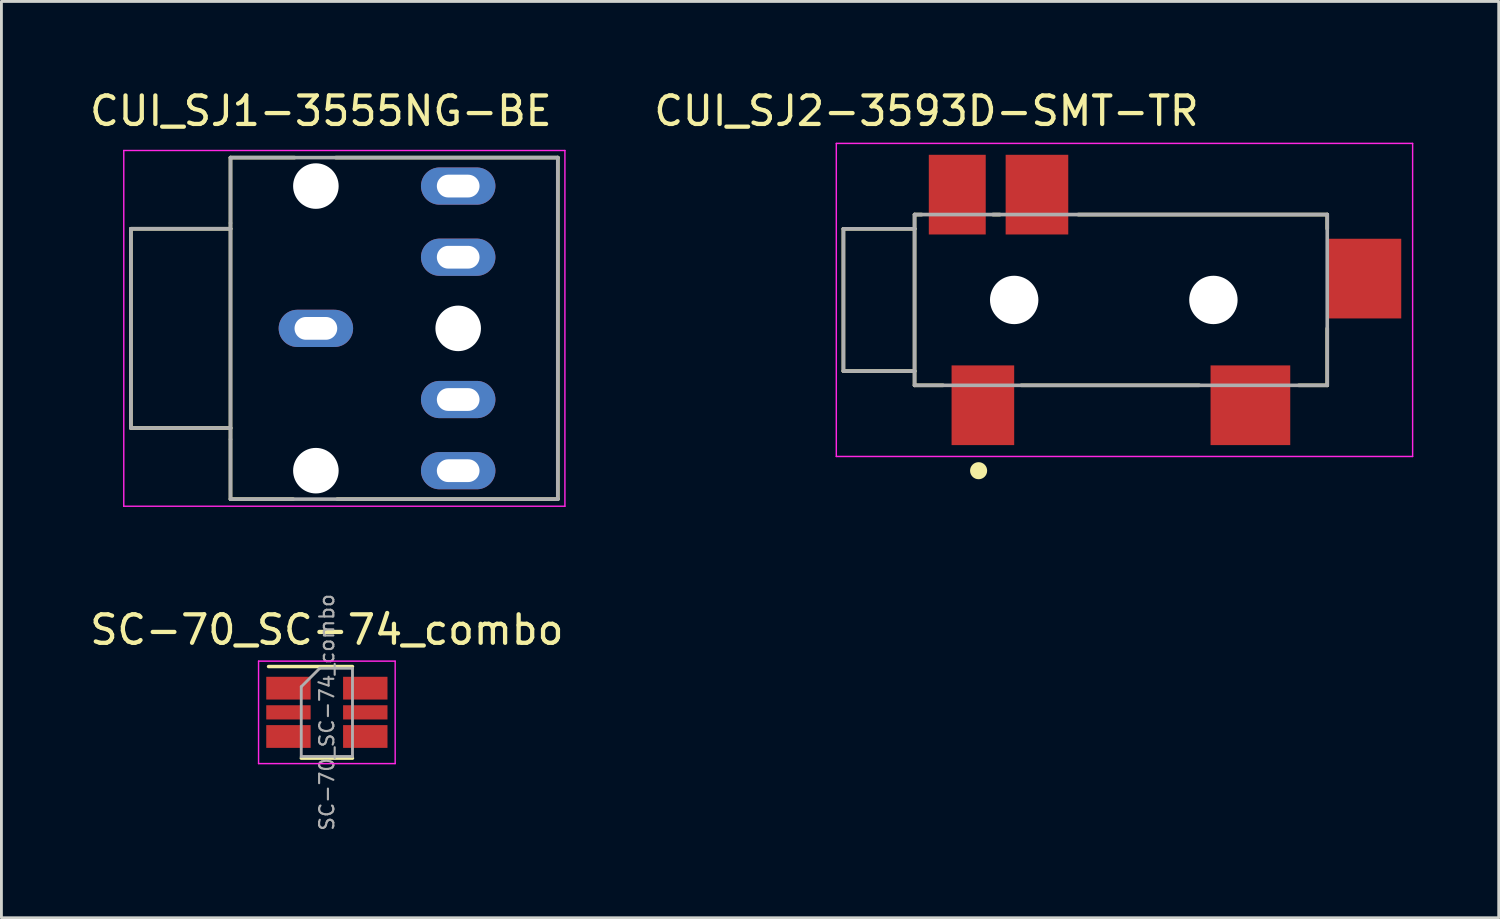
<source format=kicad_pcb>
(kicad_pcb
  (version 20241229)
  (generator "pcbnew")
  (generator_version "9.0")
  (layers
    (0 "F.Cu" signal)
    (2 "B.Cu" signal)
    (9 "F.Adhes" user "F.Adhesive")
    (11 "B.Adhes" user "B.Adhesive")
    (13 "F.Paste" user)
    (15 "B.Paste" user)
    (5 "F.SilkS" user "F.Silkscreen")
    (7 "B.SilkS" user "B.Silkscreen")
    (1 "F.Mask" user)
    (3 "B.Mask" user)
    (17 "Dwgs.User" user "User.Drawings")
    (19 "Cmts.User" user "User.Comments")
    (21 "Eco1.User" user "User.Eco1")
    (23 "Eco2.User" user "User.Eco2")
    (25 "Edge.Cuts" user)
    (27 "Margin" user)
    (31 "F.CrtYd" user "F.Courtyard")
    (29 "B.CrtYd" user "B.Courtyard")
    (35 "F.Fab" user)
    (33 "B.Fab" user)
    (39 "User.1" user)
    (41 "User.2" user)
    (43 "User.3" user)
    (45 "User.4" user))
  (footprint "CUI_SJ2-3593D-SMT-TR"
    (layer "F.Cu")
    (at 36.335 7.489)
    (property "Reference" "CUI_SJ2-3593D-SMT-TR" (at -6.831 -6.64 0) (layer "F.SilkS") (effects (font (size 1.001 1.001) (thickness 0.15))))
    (attr smd)
    (fp_line (start -9.75 -2.5) (end -9.75 2.5) (stroke (width 0.127) (type solid)) (layer "F.SilkS"))
    (fp_line (start -9.75 2.5) (end -7.25 2.5) (stroke (width 0.127) (type solid)) (layer "F.SilkS"))
    (fp_line (start -7.25 -3) (end -7.25 -2.5) (stroke (width 0.127) (type solid)) (layer "F.SilkS"))
    (fp_line (start -7.25 -2.5) (end -9.75 -2.5) (stroke (width 0.127) (type solid)) (layer "F.SilkS"))
    (fp_line (start -7.25 -2.5) (end -7.25 2.5) (stroke (width 0.127) (type solid)) (layer "F.SilkS"))
    (fp_line (start -7.25 2.5) (end -7.25 3) (stroke (width 0.127) (type solid)) (layer "F.SilkS"))
    (fp_line (start -7.25 3) (end -6.25 3) (stroke (width 0.127) (type solid)) (layer "F.SilkS"))
    (fp_line (start -7 -3) (end -7.25 -3) (stroke (width 0.127) (type solid)) (layer "F.SilkS"))
    (fp_line (start -4.5 -3) (end -4.25 -3) (stroke (width 0.127) (type solid)) (layer "F.SilkS"))
    (fp_line (start -3.5 3) (end 2.75 3) (stroke (width 0.127) (type solid)) (layer "F.SilkS"))
    (fp_line (start -1.5 -3) (end 7.25 -3) (stroke (width 0.127) (type solid)) (layer "F.SilkS"))
    (fp_line (start 7.25 -3) (end 7.25 -2.5) (stroke (width 0.127) (type solid)) (layer "F.SilkS"))
    (fp_line (start 7.25 1) (end 7.25 3) (stroke (width 0.127) (type solid)) (layer "F.SilkS"))
    (fp_line (start 7.25 3) (end 6.25 3) (stroke (width 0.127) (type solid)) (layer "F.SilkS"))
    (fp_circle (center -5 6) (end -4.85 6) (stroke (width 0.3) (type solid)) (fill no) (layer "F.SilkS"))
    (fp_line (start -10 -5.5) (end 10.25 -5.5) (stroke (width 0.05) (type solid)) (layer "F.CrtYd"))
    (fp_line (start -10 5.5) (end -10 -5.5) (stroke (width 0.05) (type solid)) (layer "F.CrtYd"))
    (fp_line (start 10.25 -5.5) (end 10.25 5.5) (stroke (width 0.05) (type solid)) (layer "F.CrtYd"))
    (fp_line (start 10.25 5.5) (end -10 5.5) (stroke (width 0.05) (type solid)) (layer "F.CrtYd"))
    (fp_line (start -9.75 -2.5) (end -9.75 2.5) (stroke (width 0.127) (type solid)) (layer "F.Fab"))
    (fp_line (start -9.75 2.5) (end -7.25 2.5) (stroke (width 0.127) (type solid)) (layer "F.Fab"))
    (fp_line (start -7.25 -3) (end 7.25 -3) (stroke (width 0.127) (type solid)) (layer "F.Fab"))
    (fp_line (start -7.25 -2.5) (end -9.75 -2.5) (stroke (width 0.127) (type solid)) (layer "F.Fab"))
    (fp_line (start -7.25 -2.5) (end -7.25 -3) (stroke (width 0.127) (type solid)) (layer "F.Fab"))
    (fp_line (start -7.25 2.5) (end -7.25 -2.5) (stroke (width 0.127) (type solid)) (layer "F.Fab"))
    (fp_line (start -7.25 3) (end -7.25 2.5) (stroke (width 0.127) (type solid)) (layer "F.Fab"))
    (fp_line (start 7.25 -3) (end 7.25 3) (stroke (width 0.127) (type solid)) (layer "F.Fab"))
    (fp_line (start 7.25 3) (end -7.25 3) (stroke (width 0.127) (type solid)) (layer "F.Fab"))
    (pad "" np_thru_hole circle (at -3.75 0) (size 1.7 1.7) (drill 1.7) (layers "*.Cu" "*.Mask"))
    (pad "" np_thru_hole circle (at 3.25 0) (size 1.7 1.7) (drill 1.7) (layers "*.Cu" "*.Mask"))
    (pad "1" smd rect (at -4.85 3.7) (size 2.2 2.8) (layers "F.Cu" "F.Mask" "F.Paste"))
    (pad "2" smd rect (at 4.55 3.7) (size 2.8 2.8) (layers "F.Cu" "F.Mask" "F.Paste"))
    (pad "3" smd rect (at -2.95 -3.7) (size 2.2 2.8) (layers "F.Cu" "F.Mask" "F.Paste"))
    (pad "10" smd rect (at 8.55 -0.75) (size 2.6 2.8) (layers "F.Cu" "F.Mask" "F.Paste"))
    (pad "11" smd rect (at -5.75 -3.7) (size 2 2.8) (layers "F.Cu" "F.Mask" "F.Paste")))
  (footprint "SC-70_SC-74_combo"
    (layer "F.Cu")
    (at 8.435 21.98)
    (property "Reference" "SC-70_SC-74_combo" (at 0 -2.9 0) (layer "F.SilkS") (effects (font (size 1 1) (thickness 0.15))))
    (attr smd)
    (fp_line (start -0.9 1.61) (end 0.9 1.61) (stroke (width 0.12) (type solid)) (layer "F.SilkS"))
    (fp_line (start 0.9 -1.61) (end -2.05 -1.61) (stroke (width 0.12) (type solid)) (layer "F.SilkS"))
    (fp_line (start -2.4 -1.8) (end 2.4 -1.8) (stroke (width 0.05) (type solid)) (layer "F.CrtYd"))
    (fp_line (start -2.4 1.8) (end -2.4 -1.8) (stroke (width 0.05) (type solid)) (layer "F.CrtYd"))
    (fp_line (start 2.4 -1.8) (end 2.4 1.8) (stroke (width 0.05) (type solid)) (layer "F.CrtYd"))
    (fp_line (start 2.4 1.8) (end -2.4 1.8) (stroke (width 0.05) (type solid)) (layer "F.CrtYd"))
    (fp_line (start -0.9 -0.9) (end -0.9 1.55) (stroke (width 0.1) (type solid)) (layer "F.Fab"))
    (fp_line (start -0.9 -0.9) (end -0.25 -1.55) (stroke (width 0.1) (type solid)) (layer "F.Fab"))
    (fp_line (start 0.9 -1.55) (end -0.25 -1.55) (stroke (width 0.1) (type solid)) (layer "F.Fab"))
    (fp_line (start 0.9 -1.55) (end 0.9 1.55) (stroke (width 0.1) (type solid)) (layer "F.Fab"))
    (fp_line (start 0.9 1.55) (end -0.9 1.55) (stroke (width 0.1) (type solid)) (layer "F.Fab"))
    (fp_text user "${REFERENCE}" (at 0 0 90) (layer "F.Fab") (effects (font (size 0.5 0.5) (thickness 0.075))))
    (pad "1" smd rect (at -1.35 -0.85) (size 1.56 0.8) (layers "F.Cu" "F.Mask" "F.Paste"))
    (pad "2" smd rect (at -1.35 0) (size 1.56 0.5) (layers "F.Cu" "F.Mask" "F.Paste"))
    (pad "3" smd rect (at -1.35 0.848) (size 1.56 0.8) (layers "F.Cu" "F.Mask" "F.Paste"))
    (pad "4" smd rect (at 1.35 0.848) (size 1.56 0.8) (layers "F.Cu" "F.Mask" "F.Paste"))
    (pad "5" smd rect (at 1.35 0) (size 1.56 0.5) (layers "F.Cu" "F.Mask" "F.Paste"))
    (pad "6" smd rect (at 1.35 -0.85) (size 1.56 0.8) (layers "F.Cu" "F.Mask" "F.Paste")))
  (footprint "CUI_SJ1-3555NG-BE"
    (layer "F.Cu")
    (at 8.049 8.488)
    (property "Reference" "CUI_SJ1-3555NG-BE" (at 0.175 -7.639 0) (layer "F.SilkS") (effects (font (size 1.001 1.001) (thickness 0.15))))
    (attr through_hole)
    (fp_line (start -6.5 -3.5) (end -3 -3.5) (stroke (width 0.127) (type solid)) (layer "F.SilkS"))
    (fp_line (start -6.5 3.5) (end -6.5 -3.5) (stroke (width 0.127) (type solid)) (layer "F.SilkS"))
    (fp_line (start -3 -6) (end -0.75 -6) (stroke (width 0.127) (type solid)) (layer "F.SilkS"))
    (fp_line (start -3 -3.5) (end -3 -6) (stroke (width 0.127) (type solid)) (layer "F.SilkS"))
    (fp_line (start -3 -3.5) (end -3 3.5) (stroke (width 0.127) (type solid)) (layer "F.SilkS"))
    (fp_line (start -3 3.5) (end -6.5 3.5) (stroke (width 0.127) (type solid)) (layer "F.SilkS"))
    (fp_line (start -3 6) (end -3 3.5) (stroke (width 0.127) (type solid)) (layer "F.SilkS"))
    (fp_line (start -0.8 6) (end -3 6) (stroke (width 0.127) (type solid)) (layer "F.SilkS"))
    (fp_line (start 0.7 -6) (end 8.5 -6) (stroke (width 0.127) (type solid)) (layer "F.SilkS"))
    (fp_line (start 8.5 -6) (end 8.5 6) (stroke (width 0.127) (type solid)) (layer "F.SilkS"))
    (fp_line (start 8.5 6) (end 0.75 6) (stroke (width 0.127) (type solid)) (layer "F.SilkS"))
    (fp_line (start -6.75 -6.25) (end 8.75 -6.25) (stroke (width 0.05) (type solid)) (layer "F.CrtYd"))
    (fp_line (start -6.75 6.25) (end -6.75 -6.25) (stroke (width 0.05) (type solid)) (layer "F.CrtYd"))
    (fp_line (start 8.75 -6.25) (end 8.75 6.25) (stroke (width 0.05) (type solid)) (layer "F.CrtYd"))
    (fp_line (start 8.75 6.25) (end -6.75 6.25) (stroke (width 0.05) (type solid)) (layer "F.CrtYd"))
    (fp_line (start -6.5 -3.5) (end -3 -3.5) (stroke (width 0.127) (type solid)) (layer "F.Fab"))
    (fp_line (start -6.5 3.5) (end -6.5 -3.5) (stroke (width 0.127) (type solid)) (layer "F.Fab"))
    (fp_line (start -3 -6) (end 8.5 -6) (stroke (width 0.127) (type solid)) (layer "F.Fab"))
    (fp_line (start -3 -3.7) (end -3 -6) (stroke (width 0.127) (type solid)) (layer "F.Fab"))
    (fp_line (start -3 -3.5) (end -3 -3.7) (stroke (width 0.127) (type solid)) (layer "F.Fab"))
    (fp_line (start -3 -3.5) (end -3 3.5) (stroke (width 0.127) (type solid)) (layer "F.Fab"))
    (fp_line (start -3 3.5) (end -6.5 3.5) (stroke (width 0.127) (type solid)) (layer "F.Fab"))
    (fp_line (start -3 3.9) (end -3 3.5) (stroke (width 0.127) (type solid)) (layer "F.Fab"))
    (fp_line (start -3 6) (end -3 3.9) (stroke (width 0.127) (type solid)) (layer "F.Fab"))
    (fp_line (start 8.5 -6) (end 8.5 6) (stroke (width 0.127) (type solid)) (layer "F.Fab"))
    (fp_line (start 8.5 6) (end -3 6) (stroke (width 0.127) (type solid)) (layer "F.Fab"))
    (pad "" np_thru_hole circle (at 0 -5) (size 1.6 1.6) (drill 1.6) (layers "*.Cu" "*.Mask"))
    (pad "" np_thru_hole circle (at 0 5) (size 1.6 1.6) (drill 1.6) (layers "*.Cu" "*.Mask"))
    (pad "" np_thru_hole circle (at 5 0) (size 1.6 1.6) (drill 1.6) (layers "*.Cu" "*.Mask"))
    (pad "1" thru_hole oval (at 0 0) (size 2.616 1.308) (drill oval 1.5 0.8) (layers "*.Cu" "*.Mask"))
    (pad "2" thru_hole oval (at 5 5) (size 2.616 1.308) (drill oval 1.5 0.8) (layers "*.Cu" "*.Mask"))
    (pad "3" thru_hole oval (at 5 -5) (size 2.616 1.308) (drill oval 1.5 0.8) (layers "*.Cu" "*.Mask"))
    (pad "4" thru_hole oval (at 5 2.5) (size 2.616 1.308) (drill oval 1.5 0.8) (layers "*.Cu" "*.Mask"))
    (pad "5" thru_hole oval (at 5 -2.5) (size 2.616 1.308) (drill oval 1.5 0.8) (layers "*.Cu" "*.Mask")))
  (gr_rect
    (start -3 -3)
    (end 49.61 29.197)
    (stroke (width 0.1) (type default))
    (fill no)
    (layer "Edge.Cuts")))
</source>
